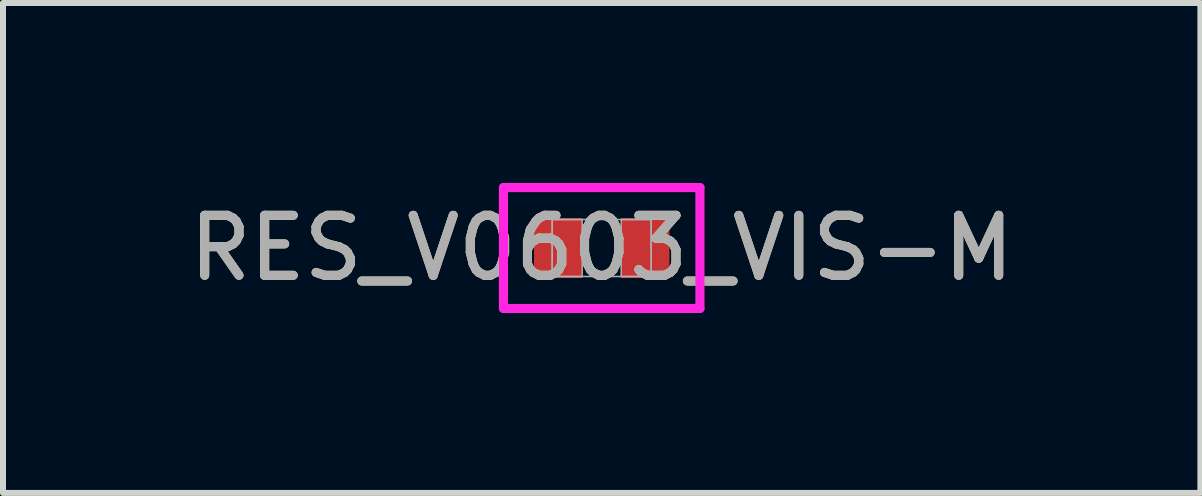
<source format=kicad_pcb>
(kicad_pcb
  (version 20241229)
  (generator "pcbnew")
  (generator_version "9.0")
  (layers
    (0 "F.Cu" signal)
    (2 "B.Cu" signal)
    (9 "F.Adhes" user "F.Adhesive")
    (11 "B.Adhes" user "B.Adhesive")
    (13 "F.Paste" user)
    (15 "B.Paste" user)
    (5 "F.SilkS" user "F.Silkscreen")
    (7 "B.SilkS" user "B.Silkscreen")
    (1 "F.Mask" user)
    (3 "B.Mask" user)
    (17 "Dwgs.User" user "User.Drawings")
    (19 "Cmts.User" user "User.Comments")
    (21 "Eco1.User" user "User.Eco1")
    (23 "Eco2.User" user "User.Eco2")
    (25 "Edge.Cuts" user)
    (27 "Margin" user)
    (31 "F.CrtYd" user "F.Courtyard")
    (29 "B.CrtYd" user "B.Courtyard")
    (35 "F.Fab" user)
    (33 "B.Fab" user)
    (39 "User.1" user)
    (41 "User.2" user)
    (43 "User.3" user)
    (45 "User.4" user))
  (footprint "RES_V0603_VIS-M"
    (layer "F.Cu")
    (at 6.982 1.085)
    (property "Reference" "RES_V0603_VIS-M" (at 0 0 0) (unlocked yes) (layer "F.SilkS") (effects (font (size 1 1) (thickness 0.15))))
    (attr smd)
    (fp_line (start -1.638 -1.008) (end 1.638 -1.008) (stroke (width 0.152) (type solid)) (layer "F.CrtYd"))
    (fp_line (start -1.638 1.008) (end -1.638 -1.008) (stroke (width 0.152) (type solid)) (layer "F.CrtYd"))
    (fp_line (start 1.638 -1.008) (end 1.638 1.008) (stroke (width 0.152) (type solid)) (layer "F.CrtYd"))
    (fp_line (start 1.638 1.008) (end -1.638 1.008) (stroke (width 0.152) (type solid)) (layer "F.CrtYd"))
    (fp_line (start -0.825 -0.475) (end -0.825 0.475) (stroke (width 0.025) (type solid)) (layer "F.Fab"))
    (fp_line (start -0.825 -0.475) (end -0.825 0.475) (stroke (width 0.025) (type solid)) (layer "F.Fab"))
    (fp_line (start -0.825 0.475) (end -0.325 0.475) (stroke (width 0.025) (type solid)) (layer "F.Fab"))
    (fp_line (start -0.825 0.475) (end 0.825 0.475) (stroke (width 0.025) (type solid)) (layer "F.Fab"))
    (fp_line (start -0.325 -0.475) (end -0.825 -0.475) (stroke (width 0.025) (type solid)) (layer "F.Fab"))
    (fp_line (start -0.325 0.475) (end -0.325 -0.475) (stroke (width 0.025) (type solid)) (layer "F.Fab"))
    (fp_line (start 0.325 -0.475) (end 0.325 0.475) (stroke (width 0.025) (type solid)) (layer "F.Fab"))
    (fp_line (start 0.325 0.475) (end 0.825 0.475) (stroke (width 0.025) (type solid)) (layer "F.Fab"))
    (fp_line (start 0.825 -0.475) (end -0.825 -0.475) (stroke (width 0.025) (type solid)) (layer "F.Fab"))
    (fp_line (start 0.825 -0.475) (end 0.325 -0.475) (stroke (width 0.025) (type solid)) (layer "F.Fab"))
    (fp_line (start 0.825 0.475) (end 0.825 -0.475) (stroke (width 0.025) (type solid)) (layer "F.Fab"))
    (fp_line (start 0.825 0.475) (end 0.825 -0.475) (stroke (width 0.025) (type solid)) (layer "F.Fab"))
    (fp_text user "${REFERENCE}" (at 0 0 0) (unlocked yes) (layer "F.Fab") (effects (font (size 1 1) (thickness 0.15))))
    (pad "1" smd rect (at -0.727 0) (size 0.805 1.001) (layers "F.Cu" "F.Mask" "F.Paste"))
    (pad "2" smd rect (at 0.727 0) (size 0.805 1.001) (layers "F.Cu" "F.Mask" "F.Paste"))
    (zone (net_name "") (layer "F.Cu") (hatch full 0.508) (connect_pads) (min_thickness 0.254) (filled_areas_thickness no) (keepout (tracks not_allowed) (vias not_allowed) (pads allowed) (copperpour not_allowed) (footprints allowed)) (placement (enabled no)) (fill) (polygon (pts (xy 6.708 0.66) (xy 7.256 0.66) (xy 7.256 1.509) (xy 6.708 1.509)))))
  (gr_rect
    (start -3 -3)
    (end 16.964 5.169)
    (stroke (width 0.1) (type default))
    (fill no)
    (layer "Edge.Cuts")))
</source>
